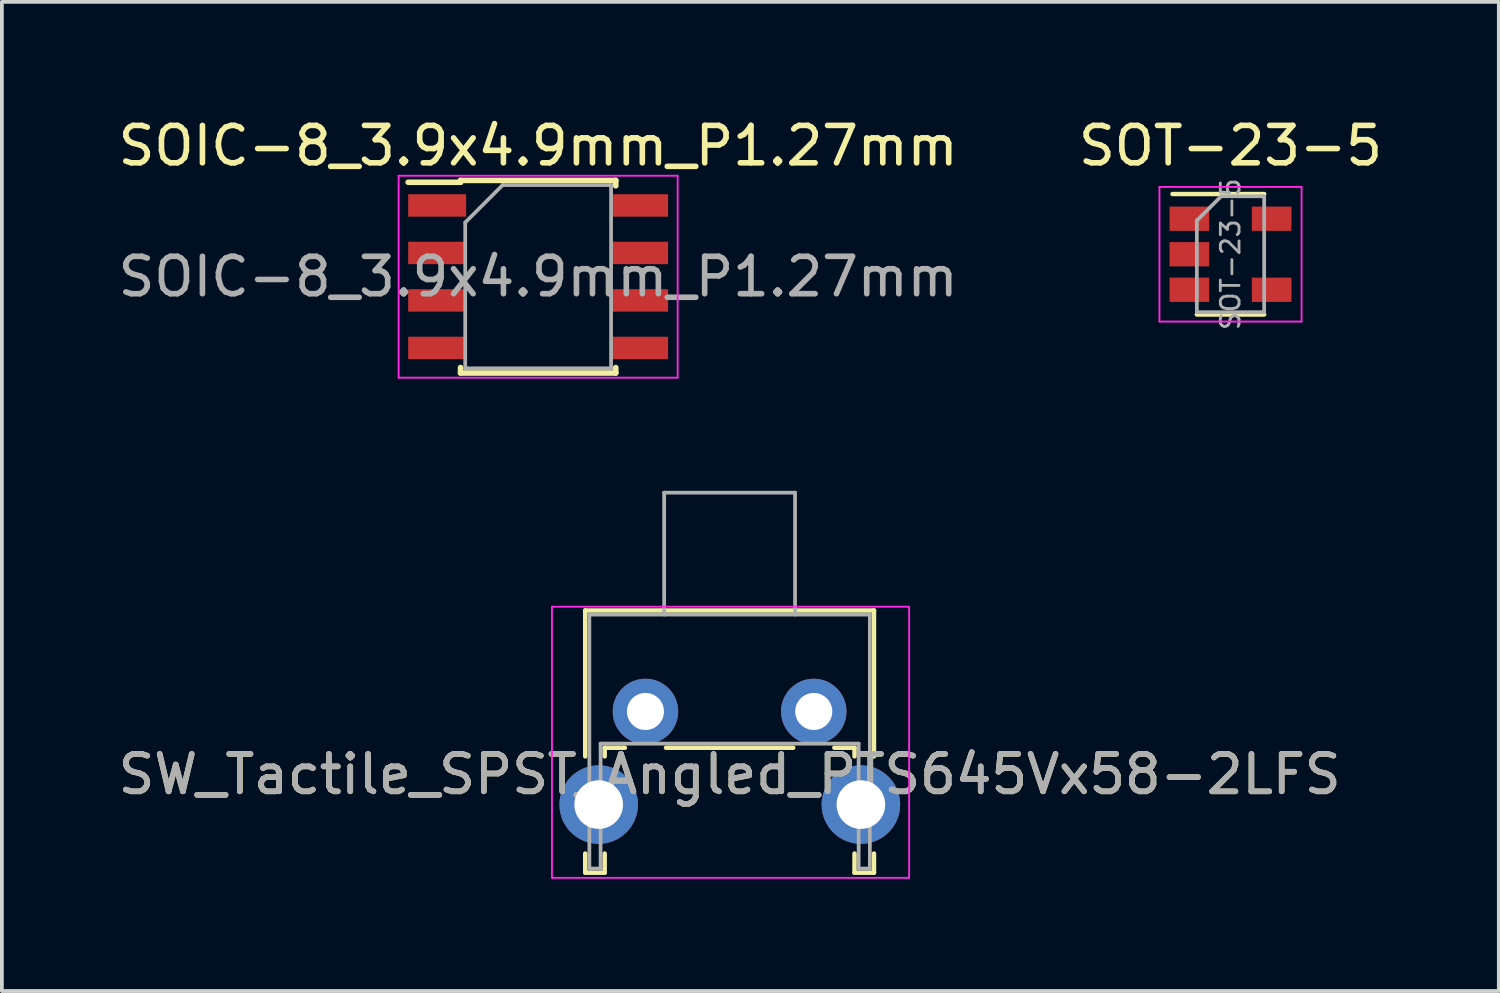
<source format=kicad_pcb>
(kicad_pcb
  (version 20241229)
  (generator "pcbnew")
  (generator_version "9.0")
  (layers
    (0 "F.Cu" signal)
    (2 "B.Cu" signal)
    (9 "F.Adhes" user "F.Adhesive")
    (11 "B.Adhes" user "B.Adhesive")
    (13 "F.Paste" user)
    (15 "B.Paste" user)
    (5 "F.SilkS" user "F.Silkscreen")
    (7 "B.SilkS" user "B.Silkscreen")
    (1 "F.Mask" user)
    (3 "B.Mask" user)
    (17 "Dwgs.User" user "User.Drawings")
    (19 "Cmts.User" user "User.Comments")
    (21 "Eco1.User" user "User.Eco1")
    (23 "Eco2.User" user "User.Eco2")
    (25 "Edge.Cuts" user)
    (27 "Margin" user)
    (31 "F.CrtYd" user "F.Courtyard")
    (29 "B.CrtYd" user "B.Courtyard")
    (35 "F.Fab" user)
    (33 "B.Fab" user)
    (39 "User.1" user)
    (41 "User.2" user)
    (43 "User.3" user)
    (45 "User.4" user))
  (footprint "SOT-23-5"
    (layer "F.Cu")
    (at 29.851 3.748)
    (property "Reference" "SOT-23-5" (at 0 -2.9 0) (layer "F.SilkS") (effects (font (size 1 1) (thickness 0.15))))
    (attr smd)
    (fp_line (start -0.9 1.61) (end 0.9 1.61) (stroke (width 0.12) (type solid)) (layer "F.SilkS"))
    (fp_line (start 0.9 -1.61) (end -1.55 -1.61) (stroke (width 0.12) (type solid)) (layer "F.SilkS"))
    (fp_line (start -1.9 -1.8) (end 1.9 -1.8) (stroke (width 0.05) (type solid)) (layer "F.CrtYd"))
    (fp_line (start -1.9 1.8) (end -1.9 -1.8) (stroke (width 0.05) (type solid)) (layer "F.CrtYd"))
    (fp_line (start 1.9 -1.8) (end 1.9 1.8) (stroke (width 0.05) (type solid)) (layer "F.CrtYd"))
    (fp_line (start 1.9 1.8) (end -1.9 1.8) (stroke (width 0.05) (type solid)) (layer "F.CrtYd"))
    (fp_line (start -0.9 -0.9) (end -0.9 1.55) (stroke (width 0.1) (type solid)) (layer "F.Fab"))
    (fp_line (start -0.9 -0.9) (end -0.25 -1.55) (stroke (width 0.1) (type solid)) (layer "F.Fab"))
    (fp_line (start 0.9 -1.55) (end -0.25 -1.55) (stroke (width 0.1) (type solid)) (layer "F.Fab"))
    (fp_line (start 0.9 -1.55) (end 0.9 1.55) (stroke (width 0.1) (type solid)) (layer "F.Fab"))
    (fp_line (start 0.9 1.55) (end -0.9 1.55) (stroke (width 0.1) (type solid)) (layer "F.Fab"))
    (fp_text user "${REFERENCE}" (at 0 0 90) (layer "F.Fab") (effects (font (size 0.5 0.5) (thickness 0.075))))
    (pad "1" smd rect (at -1.1 -0.95) (size 1.06 0.65) (layers "F.Cu" "F.Mask" "F.Paste"))
    (pad "2" smd rect (at -1.1 0) (size 1.06 0.65) (layers "F.Cu" "F.Mask" "F.Paste"))
    (pad "3" smd rect (at -1.1 0.95) (size 1.06 0.65) (layers "F.Cu" "F.Mask" "F.Paste"))
    (pad "4" smd rect (at 1.1 0.95) (size 1.06 0.65) (layers "F.Cu" "F.Mask" "F.Paste"))
    (pad "5" smd rect (at 1.1 -0.95) (size 1.06 0.65) (layers "F.Cu" "F.Mask" "F.Paste")))
  (footprint "SW_Tactile_SPST_Angled_PTS645Vx58-2LFS"
    (layer "F.Cu")
    (at 14.208 15.973)
    (property "Reference" "SW_Tactile_SPST_Angled_PTS645Vx58-2LFS" (at 2.25 1.68 180) (layer "F.SilkS") (effects (font (size 1 1) (thickness 0.15))))
    (attr through_hole)
    (fp_line (start -1.61 -2.7) (end -1.61 1.2) (stroke (width 0.12) (type solid)) (layer "F.SilkS"))
    (fp_line (start -1.61 -2.7) (end 6.11 -2.7) (stroke (width 0.12) (type solid)) (layer "F.SilkS"))
    (fp_line (start -1.61 3.8) (end -1.61 4.31) (stroke (width 0.12) (type solid)) (layer "F.SilkS"))
    (fp_line (start -1.61 4.31) (end -1.09 4.31) (stroke (width 0.12) (type solid)) (layer "F.SilkS"))
    (fp_line (start -1.09 0.97) (end -1.09 1.2) (stroke (width 0.12) (type solid)) (layer "F.SilkS"))
    (fp_line (start -1.09 0.97) (end -0.55 0.97) (stroke (width 0.12) (type solid)) (layer "F.SilkS"))
    (fp_line (start -1.09 3.8) (end -1.09 4.31) (stroke (width 0.12) (type solid)) (layer "F.SilkS"))
    (fp_line (start 0.55 0.97) (end 3.95 0.97) (stroke (width 0.12) (type solid)) (layer "F.SilkS"))
    (fp_line (start 5.05 0.97) (end 5.59 0.97) (stroke (width 0.12) (type solid)) (layer "F.SilkS"))
    (fp_line (start 5.59 0.97) (end 5.59 1.2) (stroke (width 0.12) (type solid)) (layer "F.SilkS"))
    (fp_line (start 5.59 3.8) (end 5.59 4.31) (stroke (width 0.12) (type solid)) (layer "F.SilkS"))
    (fp_line (start 5.59 4.31) (end 6.11 4.31) (stroke (width 0.12) (type solid)) (layer "F.SilkS"))
    (fp_line (start 6.11 -2.7) (end 6.11 1.2) (stroke (width 0.12) (type solid)) (layer "F.SilkS"))
    (fp_line (start 6.11 3.8) (end 6.11 4.31) (stroke (width 0.12) (type solid)) (layer "F.SilkS"))
    (fp_line (start -2.5 -2.8) (end 7.05 -2.8) (stroke (width 0.05) (type solid)) (layer "F.CrtYd"))
    (fp_line (start -2.5 4.45) (end -2.5 -2.8) (stroke (width 0.05) (type solid)) (layer "F.CrtYd"))
    (fp_line (start 7.05 -2.8) (end 7.05 4.45) (stroke (width 0.05) (type solid)) (layer "F.CrtYd"))
    (fp_line (start 7.05 4.45) (end -2.5 4.45) (stroke (width 0.05) (type solid)) (layer "F.CrtYd"))
    (fp_line (start -1.5 -2.59) (end 6 -2.59) (stroke (width 0.1) (type solid)) (layer "F.Fab"))
    (fp_line (start -1.5 4.2) (end -1.5 -2.59) (stroke (width 0.1) (type solid)) (layer "F.Fab"))
    (fp_line (start -1.5 4.2) (end -1.2 4.2) (stroke (width 0.1) (type solid)) (layer "F.Fab"))
    (fp_line (start -1.2 0.86) (end 5.7 0.86) (stroke (width 0.1) (type solid)) (layer "F.Fab"))
    (fp_line (start -1.2 4.2) (end -1.2 0.86) (stroke (width 0.1) (type solid)) (layer "F.Fab"))
    (fp_line (start 0.5 -5.85) (end 0.5 -2.59) (stroke (width 0.1) (type solid)) (layer "F.Fab"))
    (fp_line (start 0.5 -5.85) (end 4 -5.85) (stroke (width 0.1) (type solid)) (layer "F.Fab"))
    (fp_line (start 4 -5.85) (end 4 -2.59) (stroke (width 0.1) (type solid)) (layer "F.Fab"))
    (fp_line (start 5.7 4.2) (end 5.7 0.86) (stroke (width 0.1) (type solid)) (layer "F.Fab"))
    (fp_line (start 5.7 4.2) (end 6 4.2) (stroke (width 0.1) (type solid)) (layer "F.Fab"))
    (fp_line (start 6 4.2) (end 6 -2.59) (stroke (width 0.1) (type solid)) (layer "F.Fab"))
    (fp_text user "${REFERENCE}" (at 2.25 1.68 180) (layer "F.Fab") (effects (font (size 1 1) (thickness 0.15))))
    (pad "" thru_hole circle (at -1.25 2.49) (size 2.1 2.1) (drill 1.3) (layers "*.Cu" "*.Mask"))
    (pad "" thru_hole circle (at 5.76 2.49) (size 2.1 2.1) (drill 1.3) (layers "*.Cu" "*.Mask"))
    (pad "1" thru_hole circle (at 0 0) (size 1.75 1.75) (drill 0.99) (layers "*.Cu" "*.Mask"))
    (pad "2" thru_hole circle (at 4.5 0) (size 1.75 1.75) (drill 0.99) (layers "*.Cu" "*.Mask")))
  (footprint "SOIC-8_3.9x4.9mm_P1.27mm"
    (layer "F.Cu")
    (at 11.339 4.348)
    (property "Reference" "SOIC-8_3.9x4.9mm_P1.27mm" (at 0 -3.5 0) (layer "F.SilkS") (effects (font (size 1 1) (thickness 0.15))))
    (attr smd)
    (fp_line (start -2.075 -2.575) (end -2.075 -2.525) (stroke (width 0.15) (type solid)) (layer "F.SilkS"))
    (fp_line (start -2.075 -2.575) (end 2.075 -2.575) (stroke (width 0.15) (type solid)) (layer "F.SilkS"))
    (fp_line (start -2.075 -2.525) (end -3.475 -2.525) (stroke (width 0.15) (type solid)) (layer "F.SilkS"))
    (fp_line (start -2.075 2.575) (end -2.075 2.43) (stroke (width 0.15) (type solid)) (layer "F.SilkS"))
    (fp_line (start -2.075 2.575) (end 2.075 2.575) (stroke (width 0.15) (type solid)) (layer "F.SilkS"))
    (fp_line (start 2.075 -2.575) (end 2.075 -2.43) (stroke (width 0.15) (type solid)) (layer "F.SilkS"))
    (fp_line (start 2.075 2.575) (end 2.075 2.43) (stroke (width 0.15) (type solid)) (layer "F.SilkS"))
    (fp_line (start -3.73 -2.7) (end -3.73 2.7) (stroke (width 0.05) (type solid)) (layer "F.CrtYd"))
    (fp_line (start -3.73 -2.7) (end 3.73 -2.7) (stroke (width 0.05) (type solid)) (layer "F.CrtYd"))
    (fp_line (start -3.73 2.7) (end 3.73 2.7) (stroke (width 0.05) (type solid)) (layer "F.CrtYd"))
    (fp_line (start 3.73 -2.7) (end 3.73 2.7) (stroke (width 0.05) (type solid)) (layer "F.CrtYd"))
    (fp_line (start -1.95 -1.45) (end -0.95 -2.45) (stroke (width 0.1) (type solid)) (layer "F.Fab"))
    (fp_line (start -1.95 2.45) (end -1.95 -1.45) (stroke (width 0.1) (type solid)) (layer "F.Fab"))
    (fp_line (start -0.95 -2.45) (end 1.95 -2.45) (stroke (width 0.1) (type solid)) (layer "F.Fab"))
    (fp_line (start 1.95 -2.45) (end 1.95 2.45) (stroke (width 0.1) (type solid)) (layer "F.Fab"))
    (fp_line (start 1.95 2.45) (end -1.95 2.45) (stroke (width 0.1) (type solid)) (layer "F.Fab"))
    (fp_text user "${REFERENCE}" (at 0 0 0) (layer "F.Fab") (effects (font (size 1 1) (thickness 0.15))))
    (pad "1" smd rect (at -2.7 -1.905) (size 1.55 0.6) (layers "F.Cu" "F.Mask" "F.Paste"))
    (pad "2" smd rect (at -2.7 -0.635) (size 1.55 0.6) (layers "F.Cu" "F.Mask" "F.Paste"))
    (pad "3" smd rect (at -2.7 0.635) (size 1.55 0.6) (layers "F.Cu" "F.Mask" "F.Paste"))
    (pad "4" smd rect (at -2.7 1.905) (size 1.55 0.6) (layers "F.Cu" "F.Mask" "F.Paste"))
    (pad "5" smd rect (at 2.7 1.905) (size 1.55 0.6) (layers "F.Cu" "F.Mask" "F.Paste"))
    (pad "6" smd rect (at 2.7 0.635) (size 1.55 0.6) (layers "F.Cu" "F.Mask" "F.Paste"))
    (pad "7" smd rect (at 2.7 -0.635) (size 1.55 0.6) (layers "F.Cu" "F.Mask" "F.Paste"))
    (pad "8" smd rect (at 2.7 -1.905) (size 1.55 0.6) (layers "F.Cu" "F.Mask" "F.Paste")))
  (gr_rect
    (start -3 -3)
    (end 37.024 23.448)
    (stroke (width 0.1) (type default))
    (fill no)
    (layer "Edge.Cuts")))
</source>
